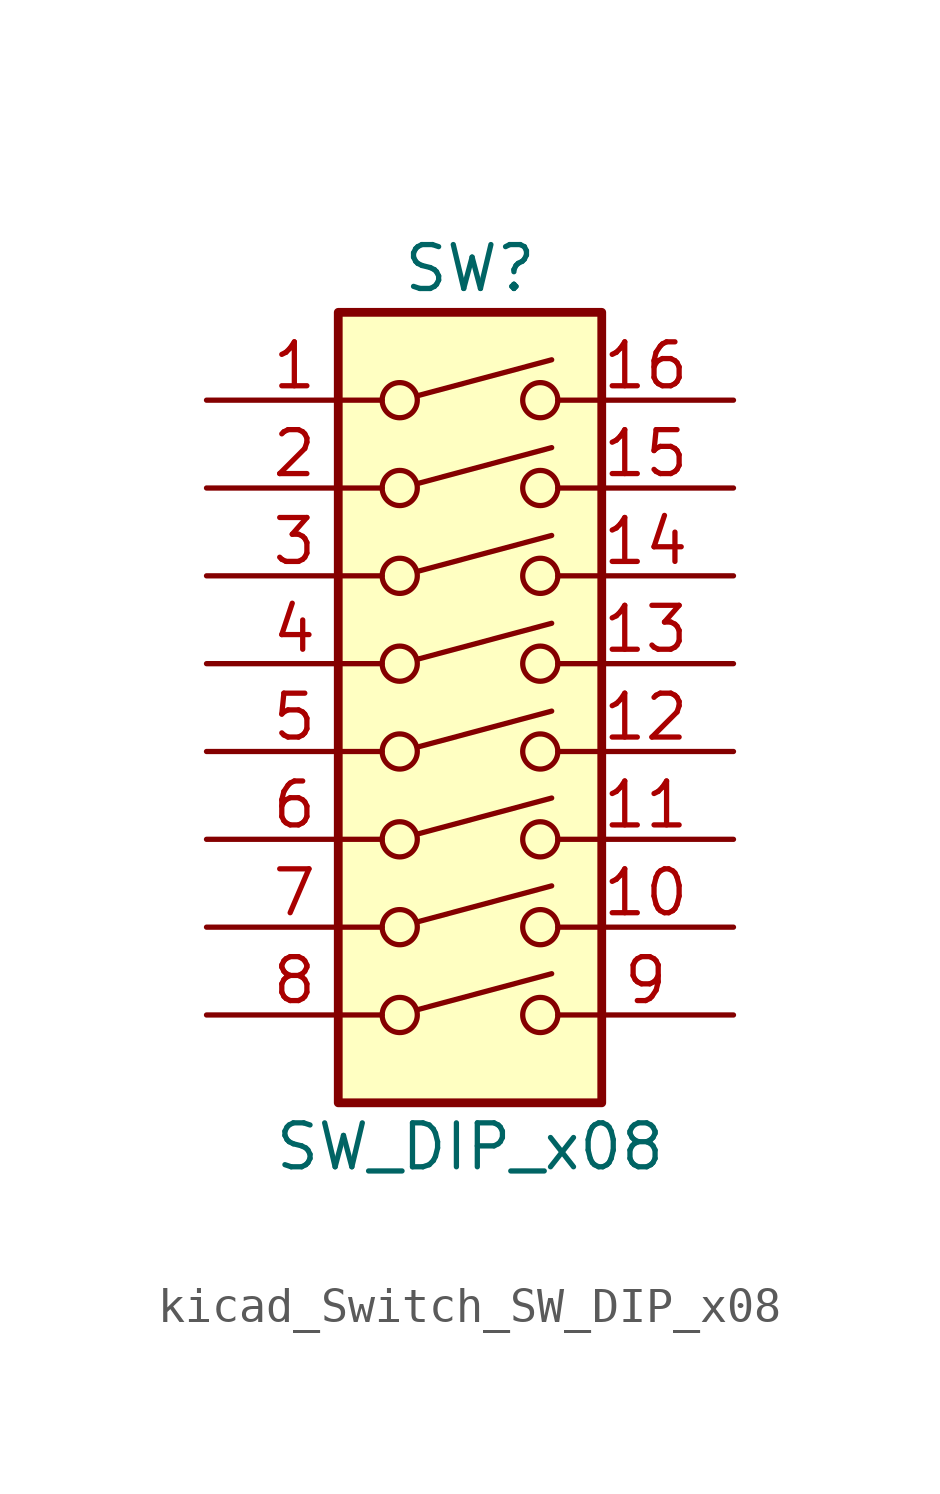
<source format=kicad_sym>
(kicad_symbol_lib
  (version 20220914)
  (generator kicad_symbol_editor)
  (symbol "kicad_Switch_SW_DIP_x08"
    (pin_names
      (offset 0) hide)
    (property "Reference" "SW"
      (at 0 13.97 0)
      (effects (font (size 1.27 1.27))))
    (property "Value" "SW_DIP_x08"
      (at 0 -11.43 0)
      (effects (font (size 1.27 1.27))))
    (symbol "kicad_Switch_SW_DIP_x08_0_0"
      (circle (center -2.032 -7.62) (radius 0.508) (stroke (width 0) (type default)) (fill (type none)))
      (circle (center -2.032 -5.08) (radius 0.508) (stroke (width 0) (type default)) (fill (type none)))
      (circle (center -2.032 -2.54) (radius 0.508) (stroke (width 0) (type default)) (fill (type none)))
      (circle (center -2.032 0) (radius 0.508) (stroke (width 0) (type default)) (fill (type none)))
      (circle (center -2.032 2.54) (radius 0.508) (stroke (width 0) (type default)) (fill (type none)))
      (circle (center -2.032 5.08) (radius 0.508) (stroke (width 0) (type default)) (fill (type none)))
      (circle (center -2.032 7.62) (radius 0.508) (stroke (width 0) (type default)) (fill (type none)))
      (circle (center -2.032 10.16) (radius 0.508) (stroke (width 0) (type default)) (fill (type none)))
      (polyline (pts (xy -1.524 -7.468) (xy 2.362 -6.426)) (stroke (width 0) (type default)) (fill (type none)))
      (polyline (pts (xy -1.524 -4.928) (xy 2.362 -3.886)) (stroke (width 0) (type default)) (fill (type none)))
      (polyline (pts (xy -1.524 -2.388) (xy 2.362 -1.346)) (stroke (width 0) (type default)) (fill (type none)))
      (polyline (pts (xy -1.524 0.127) (xy 2.362 1.168)) (stroke (width 0) (type default)) (fill (type none)))
      (polyline (pts (xy -1.524 2.667) (xy 2.362 3.708)) (stroke (width 0) (type default)) (fill (type none)))
      (polyline (pts (xy -1.524 5.207) (xy 2.362 6.248)) (stroke (width 0) (type default)) (fill (type none)))
      (polyline (pts (xy -1.524 7.747) (xy 2.362 8.788)) (stroke (width 0) (type default)) (fill (type none)))
      (polyline (pts (xy -1.524 10.287) (xy 2.362 11.328)) (stroke (width 0) (type default)) (fill (type none)))
      (circle (center 2.032 -7.62) (radius 0.508) (stroke (width 0) (type default)) (fill (type none)))
      (circle (center 2.032 -5.08) (radius 0.508) (stroke (width 0) (type default)) (fill (type none)))
      (circle (center 2.032 -2.54) (radius 0.508) (stroke (width 0) (type default)) (fill (type none)))
      (circle (center 2.032 0) (radius 0.508) (stroke (width 0) (type default)) (fill (type none)))
      (circle (center 2.032 2.54) (radius 0.508) (stroke (width 0) (type default)) (fill (type none)))
      (circle (center 2.032 5.08) (radius 0.508) (stroke (width 0) (type default)) (fill (type none)))
      (circle (center 2.032 7.62) (radius 0.508) (stroke (width 0) (type default)) (fill (type none)))
      (circle (center 2.032 10.16) (radius 0.508) (stroke (width 0) (type default)) (fill (type none))))
    (symbol "kicad_Switch_SW_DIP_x08_0_1"
      (rectangle (start -3.81 12.7) (end 3.81 -10.16) (stroke (width 0.254) (type default)) (fill (type background))))
    (symbol "kicad_Switch_SW_DIP_x08_1_1"
      (pin passive line (at -7.62 10.16 0) (length 5.08) (name "~" (effects (font (size 1.27 1.27)))) (number "1" (effects (font (size 1.27 1.27)))))
      (pin passive line (at 7.62 -5.08 180) (length 5.08) (name "~" (effects (font (size 1.27 1.27)))) (number "10" (effects (font (size 1.27 1.27)))))
      (pin passive line (at 7.62 -2.54 180) (length 5.08) (name "~" (effects (font (size 1.27 1.27)))) (number "11" (effects (font (size 1.27 1.27)))))
      (pin passive line (at 7.62 0 180) (length 5.08) (name "~" (effects (font (size 1.27 1.27)))) (number "12" (effects (font (size 1.27 1.27)))))
      (pin passive line (at 7.62 2.54 180) (length 5.08) (name "~" (effects (font (size 1.27 1.27)))) (number "13" (effects (font (size 1.27 1.27)))))
      (pin passive line (at 7.62 5.08 180) (length 5.08) (name "~" (effects (font (size 1.27 1.27)))) (number "14" (effects (font (size 1.27 1.27)))))
      (pin passive line (at 7.62 7.62 180) (length 5.08) (name "~" (effects (font (size 1.27 1.27)))) (number "15" (effects (font (size 1.27 1.27)))))
      (pin passive line (at 7.62 10.16 180) (length 5.08) (name "~" (effects (font (size 1.27 1.27)))) (number "16" (effects (font (size 1.27 1.27)))))
      (pin passive line (at -7.62 7.62 0) (length 5.08) (name "~" (effects (font (size 1.27 1.27)))) (number "2" (effects (font (size 1.27 1.27)))))
      (pin passive line (at -7.62 5.08 0) (length 5.08) (name "~" (effects (font (size 1.27 1.27)))) (number "3" (effects (font (size 1.27 1.27)))))
      (pin passive line (at -7.62 2.54 0) (length 5.08) (name "~" (effects (font (size 1.27 1.27)))) (number "4" (effects (font (size 1.27 1.27)))))
      (pin passive line (at -7.62 0 0) (length 5.08) (name "~" (effects (font (size 1.27 1.27)))) (number "5" (effects (font (size 1.27 1.27)))))
      (pin passive line (at -7.62 -2.54 0) (length 5.08) (name "~" (effects (font (size 1.27 1.27)))) (number "6" (effects (font (size 1.27 1.27)))))
      (pin passive line (at -7.62 -5.08 0) (length 5.08) (name "~" (effects (font (size 1.27 1.27)))) (number "7" (effects (font (size 1.27 1.27)))))
      (pin passive line (at -7.62 -7.62 0) (length 5.08) (name "~" (effects (font (size 1.27 1.27)))) (number "8" (effects (font (size 1.27 1.27)))))
      (pin passive line (at 7.62 -7.62 180) (length 5.08) (name "~" (effects (font (size 1.27 1.27)))) (number "9" (effects (font (size 1.27 1.27))))))))
</source>
